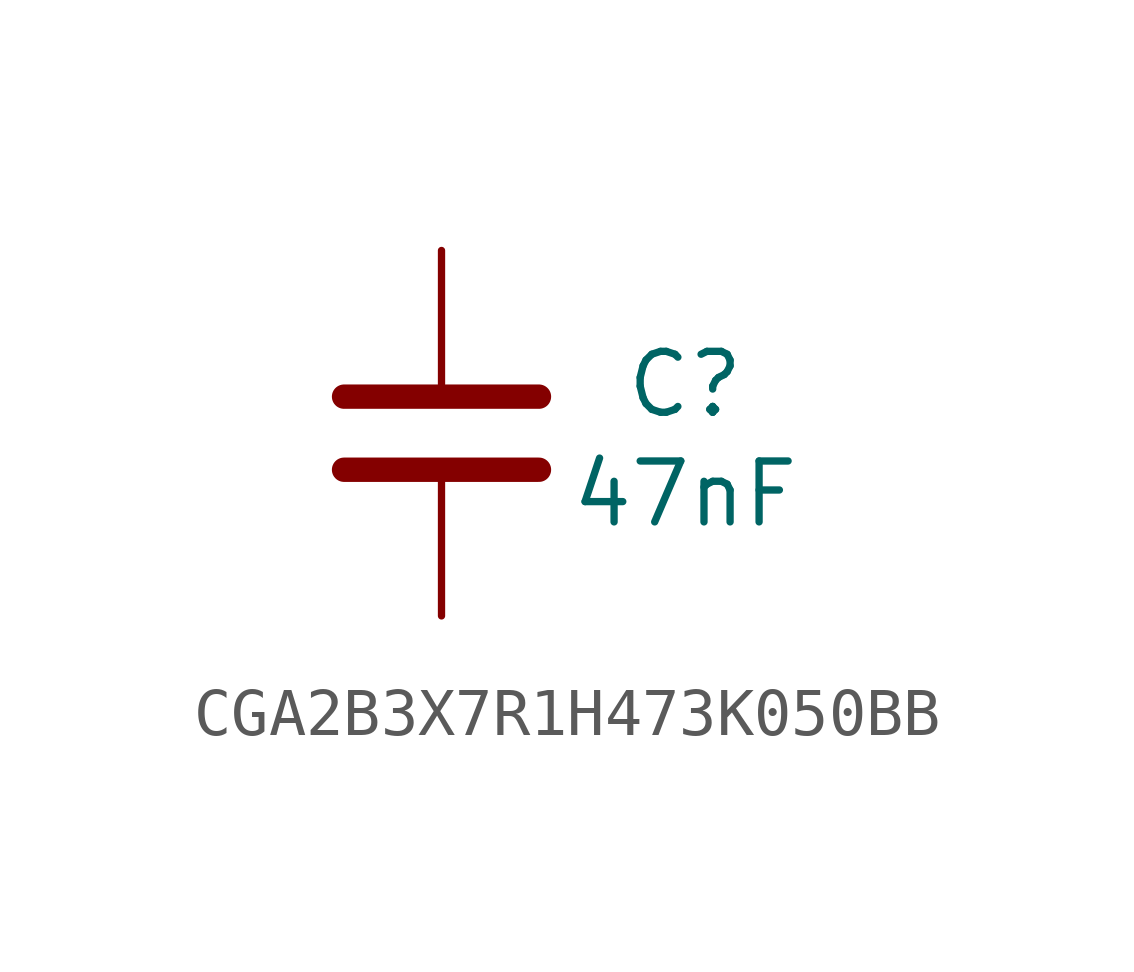
<source format=kicad_sym>
(kicad_symbol_lib
  (version 20241209)
  (generator "kicad_symbol_editor")
  (generator_version "9.0")
  (symbol "CGA2B3X7R1H473K050BB"
    (property "Reference" "C"
      (at 5.08 1.016 0)
      (effects (font (size 1.27 1.27))))
    (property "Value" "47nF"
      (at 5.08 -1.27 0)
      (effects (font (size 1.27 1.27))))
    (symbol "CGA2B3X7R1H473K050BB_0_1"
      (polyline (pts (xy -2.032 0.762) (xy 2.032 0.762)) (stroke (width 0.508) (type default)) (fill (type none)))
      (polyline (pts (xy -2.032 -0.762) (xy 2.032 -0.762)) (stroke (width 0.508) (type default)) (fill (type none))))
    (symbol "CGA2B3X7R1H473K050BB_1_1"
      (pin passive line (at 0 3.81 270) (length 2.794) (name "~" (effects (font (size 1.27 1.27)))) (number "1" (effects (font (size 0 0)))))
      (pin passive line (at 0 -3.81 90) (length 2.794) (name "~" (effects (font (size 1.27 1.27)))) (number "2" (effects (font (size 0 0))))))))
</source>
